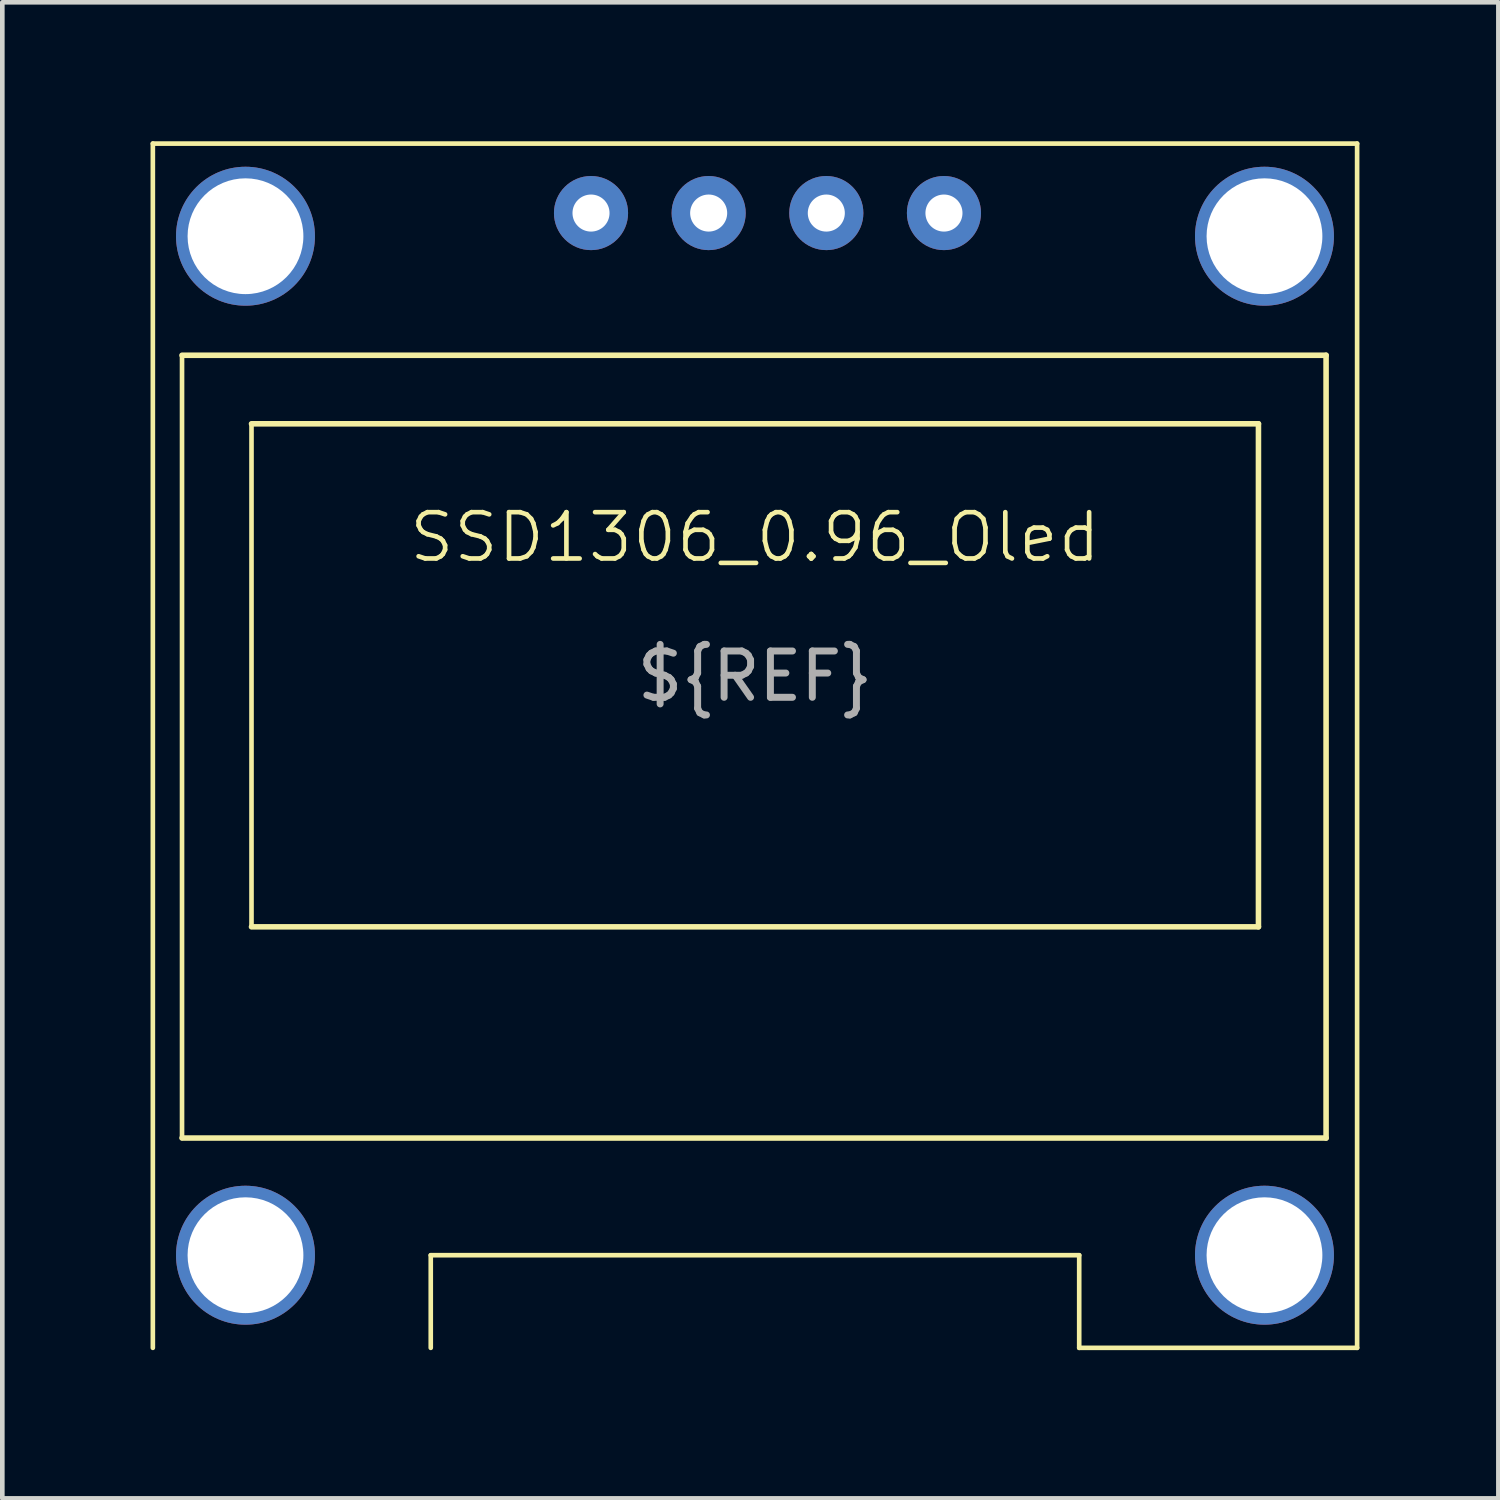
<source format=kicad_pcb>
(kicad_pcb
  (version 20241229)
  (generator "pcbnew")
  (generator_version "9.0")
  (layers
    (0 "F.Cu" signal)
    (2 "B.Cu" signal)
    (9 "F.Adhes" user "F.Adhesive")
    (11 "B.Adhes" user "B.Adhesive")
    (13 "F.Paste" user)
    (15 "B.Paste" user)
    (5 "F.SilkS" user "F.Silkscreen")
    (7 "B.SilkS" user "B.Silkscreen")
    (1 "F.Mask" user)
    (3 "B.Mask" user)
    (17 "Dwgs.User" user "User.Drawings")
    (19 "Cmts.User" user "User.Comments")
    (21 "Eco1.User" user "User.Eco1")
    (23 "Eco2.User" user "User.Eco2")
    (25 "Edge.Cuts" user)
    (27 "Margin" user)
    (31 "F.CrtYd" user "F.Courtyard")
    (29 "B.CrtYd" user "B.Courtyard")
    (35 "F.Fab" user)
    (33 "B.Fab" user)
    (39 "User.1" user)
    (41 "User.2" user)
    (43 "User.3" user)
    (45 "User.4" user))
  (footprint "SSD1306_0.96_Oled"
    (layer "F.Cu")
    (at 0.25 26.05)
    (property "Reference" "SSD1306_0.96_Oled" (at 13 -17.5 0) (unlocked yes) (layer "F.SilkS") (effects (font (size 1 1) (thickness 0.1))))
    (attr through_hole)
    (fp_line (start 0 -26) (end 26 -26) (stroke (width 0.1) (type default)) (layer "F.SilkS"))
    (fp_line (start 0 0) (end 0 -26) (stroke (width 0.1) (type default)) (layer "F.SilkS"))
    (fp_line (start 0.63 -4.53) (end 0.63 -21.43) (stroke (width 0.1) (type default)) (layer "F.SilkS"))
    (fp_line (start 0.63 -4.53) (end 25.33 -4.53) (stroke (width 0.12) (type default)) (layer "F.SilkS"))
    (fp_line (start 2.13 -19.95) (end 2.13 -9.09) (stroke (width 0.1) (type default)) (layer "F.SilkS"))
    (fp_line (start 2.13 -9.09) (end 23.87 -9.09) (stroke (width 0.12) (type default)) (layer "F.SilkS"))
    (fp_line (start 6 -2) (end 6 0) (stroke (width 0.1) (type default)) (layer "F.SilkS"))
    (fp_line (start 20 -2) (end 6 -2) (stroke (width 0.1) (type default)) (layer "F.SilkS"))
    (fp_line (start 20 0) (end 20 -2) (stroke (width 0.1) (type default)) (layer "F.SilkS"))
    (fp_line (start 23.87 -19.95) (end 2.13 -19.95) (stroke (width 0.12) (type default)) (layer "F.SilkS"))
    (fp_line (start 23.87 -9.09) (end 23.87 -19.95) (stroke (width 0.12) (type default)) (layer "F.SilkS"))
    (fp_line (start 25.33 -21.43) (end 0.63 -21.43) (stroke (width 0.12) (type default)) (layer "F.SilkS"))
    (fp_line (start 25.33 -4.53) (end 25.33 -21.43) (stroke (width 0.12) (type default)) (layer "F.SilkS"))
    (fp_line (start 26 -26) (end 26 0) (stroke (width 0.1) (type default)) (layer "F.SilkS"))
    (fp_line (start 26 0) (end 20 0) (stroke (width 0.1) (type default)) (layer "F.SilkS"))
    (fp_text user "${REF}" (at 13 -14.5 0) (unlocked yes) (layer "F.Fab") (effects (font (size 1 1) (thickness 0.15))))
    (pad "" np_thru_hole circle (at 2 -24) (size 3 3) (drill 2.5) (layers "*.Cu" "*.Mask"))
    (pad "" np_thru_hole circle (at 2 -2) (size 3 3) (drill 2.5) (layers "*.Cu" "*.Mask"))
    (pad "" np_thru_hole circle (at 24 -24) (size 3 3) (drill 2.5) (layers "*.Cu" "*.Mask"))
    (pad "" np_thru_hole circle (at 24 -2) (size 3 3) (drill 2.5) (layers "*.Cu" "*.Mask"))
    (pad "1" thru_hole circle (at 17.08 -24.5) (size 1.6 1.6) (drill 0.8) (layers "*.Cu" "*.Mask"))
    (pad "2" thru_hole circle (at 14.54 -24.5) (size 1.6 1.6) (drill 0.8) (layers "*.Cu" "*.Mask"))
    (pad "3" thru_hole circle (at 12 -24.5) (size 1.6 1.6) (drill 0.8) (layers "*.Cu" "*.Mask"))
    (pad "4" thru_hole circle (at 9.46 -24.5) (size 1.6 1.6) (drill 0.8) (layers "*.Cu" "*.Mask")))
  (gr_rect
    (start -3 -3)
    (end 29.3 29.3)
    (stroke (width 0.1) (type default))
    (fill no)
    (layer "Edge.Cuts")))
</source>
